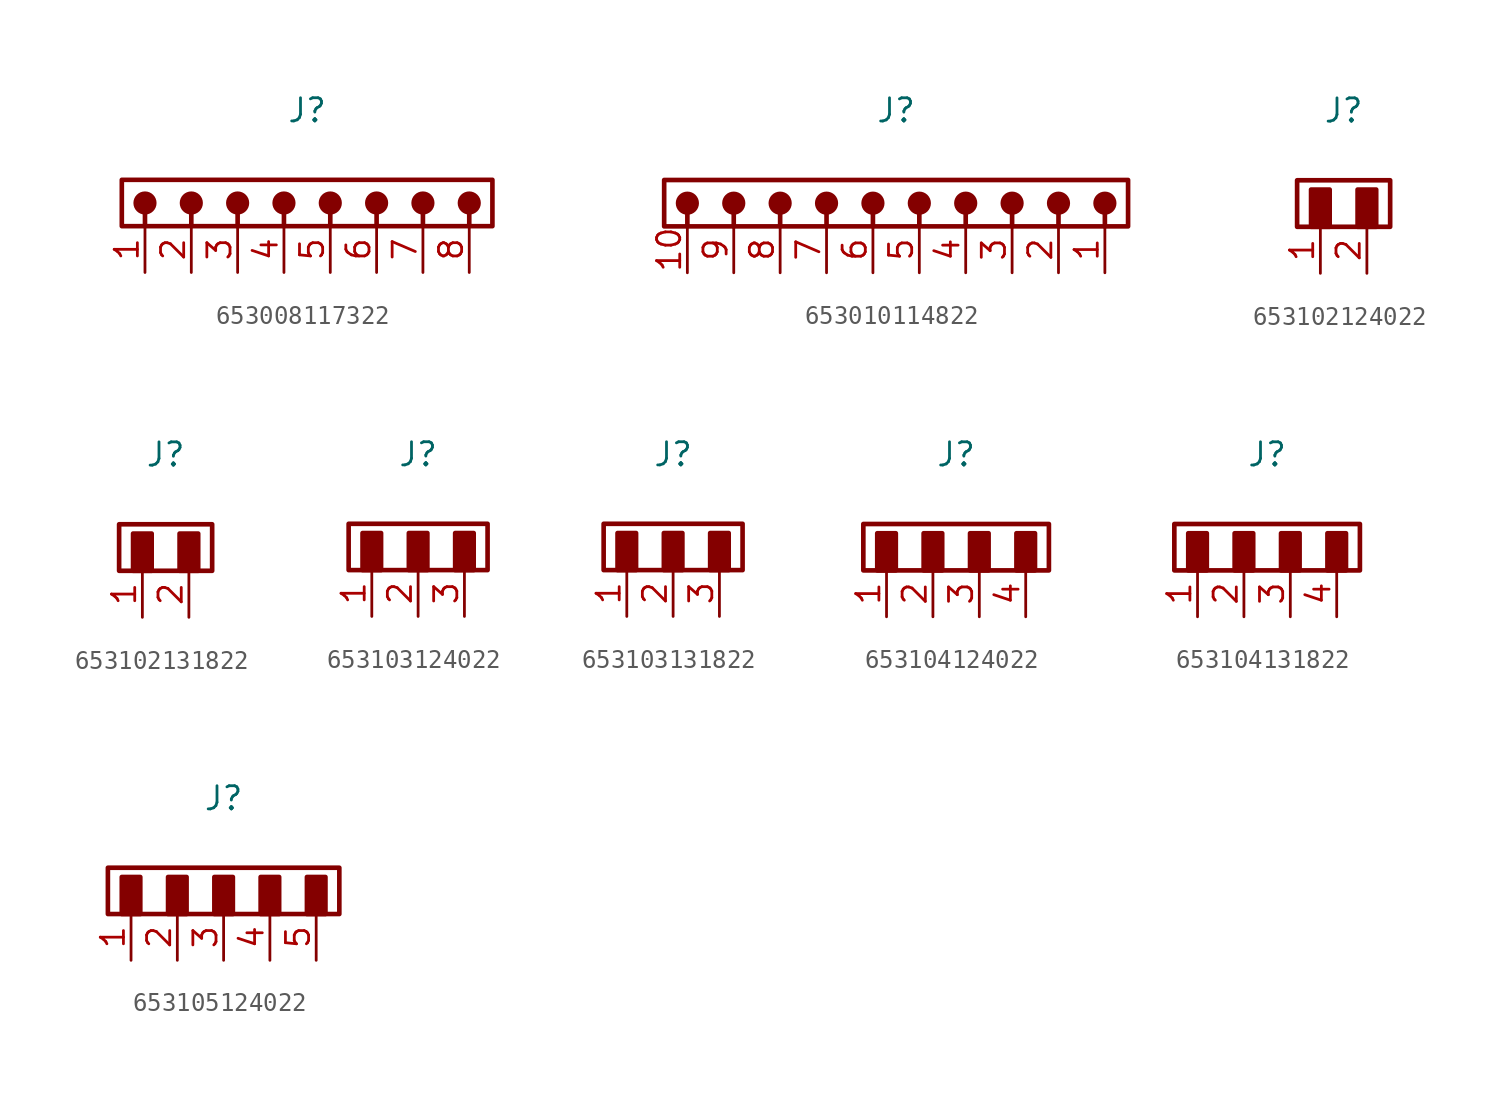
<source format=kicad_sym>
(kicad_symbol_lib
  (version 20241209)
  (generator "kicad_symbol_editor")
  (generator_version "9.0")
  (symbol "653008117322"
    (pin_names
      (hide yes))
    (property "Reference" "J"
      (at 0 5.08 0)
      (effects (font (size 1.27 1.27))))
    (symbol "653008117322_1_1"
      (rectangle (start -10.16 1.27) (end 10.16 -1.27) (stroke (width 0.254) (type solid)) (fill (type none)))
      (circle (center -8.89 0) (radius 0.508) (stroke (width 0.254) (type solid)) (fill (type outline)))
      (polyline (pts (xy -8.89 -0.508) (xy -8.89 -1.27)) (stroke (width 0.254) (type solid)) (fill (type none)))
      (circle (center -6.35 0) (radius 0.508) (stroke (width 0.254) (type solid)) (fill (type outline)))
      (polyline (pts (xy -6.35 -0.508) (xy -6.35 -1.27)) (stroke (width 0.254) (type solid)) (fill (type none)))
      (circle (center -3.81 0) (radius 0.508) (stroke (width 0.254) (type solid)) (fill (type outline)))
      (polyline (pts (xy -3.81 -0.508) (xy -3.81 -1.27)) (stroke (width 0.254) (type solid)) (fill (type none)))
      (circle (center -1.27 0) (radius 0.508) (stroke (width 0.254) (type solid)) (fill (type outline)))
      (polyline (pts (xy -1.27 -0.508) (xy -1.27 -1.27)) (stroke (width 0.254) (type solid)) (fill (type none)))
      (circle (center 1.27 0) (radius 0.508) (stroke (width 0.254) (type solid)) (fill (type outline)))
      (polyline (pts (xy 1.27 -0.508) (xy 1.27 -1.27)) (stroke (width 0.254) (type solid)) (fill (type none)))
      (circle (center 3.81 0) (radius 0.508) (stroke (width 0.254) (type solid)) (fill (type outline)))
      (polyline (pts (xy 3.81 -0.508) (xy 3.81 -1.27)) (stroke (width 0.254) (type solid)) (fill (type none)))
      (circle (center 6.35 0) (radius 0.508) (stroke (width 0.254) (type solid)) (fill (type outline)))
      (polyline (pts (xy 6.35 -0.508) (xy 6.35 -1.27)) (stroke (width 0.254) (type solid)) (fill (type none)))
      (circle (center 8.89 0) (radius 0.508) (stroke (width 0.254) (type solid)) (fill (type outline)))
      (polyline (pts (xy 8.89 -0.508) (xy 8.89 -1.27)) (stroke (width 0.254) (type solid)) (fill (type none)))
      (pin passive line (at -8.89 -3.81 90) (length 2.54) (name "1" (effects (font (size 1.27 1.27)))) (number "1" (effects (font (size 1.27 1.27)))))
      (pin passive line (at -6.35 -3.81 90) (length 2.54) (name "2" (effects (font (size 1.27 1.27)))) (number "2" (effects (font (size 1.27 1.27)))))
      (pin passive line (at -3.81 -3.81 90) (length 2.54) (name "3" (effects (font (size 1.27 1.27)))) (number "3" (effects (font (size 1.27 1.27)))))
      (pin passive line (at -1.27 -3.81 90) (length 2.54) (name "4" (effects (font (size 1.27 1.27)))) (number "4" (effects (font (size 1.27 1.27)))))
      (pin passive line (at 1.27 -3.81 90) (length 2.54) (name "5" (effects (font (size 1.27 1.27)))) (number "5" (effects (font (size 1.27 1.27)))))
      (pin passive line (at 3.81 -3.81 90) (length 2.54) (name "6" (effects (font (size 1.27 1.27)))) (number "6" (effects (font (size 1.27 1.27)))))
      (pin passive line (at 6.35 -3.81 90) (length 2.54) (name "7" (effects (font (size 1.27 1.27)))) (number "7" (effects (font (size 1.27 1.27)))))
      (pin passive line (at 8.89 -3.81 90) (length 2.54) (name "8" (effects (font (size 1.27 1.27)))) (number "8" (effects (font (size 1.27 1.27)))))))
  (symbol "653010114822"
    (pin_names
      (hide yes))
    (property "Reference" "J"
      (at 0 5.08 0)
      (effects (font (size 1.27 1.27))))
    (symbol "653010114822_1_1"
      (rectangle (start -12.7 1.27) (end 12.7 -1.27) (stroke (width 0.254) (type solid)) (fill (type none)))
      (circle (center -11.43 0) (radius 0.508) (stroke (width 0.254) (type solid)) (fill (type outline)))
      (polyline (pts (xy -11.43 -0.508) (xy -11.43 -1.27)) (stroke (width 0.254) (type solid)) (fill (type none)))
      (circle (center -8.89 0) (radius 0.508) (stroke (width 0.254) (type solid)) (fill (type outline)))
      (polyline (pts (xy -8.89 -0.508) (xy -8.89 -1.27)) (stroke (width 0.254) (type solid)) (fill (type none)))
      (circle (center -6.35 0) (radius 0.508) (stroke (width 0.254) (type solid)) (fill (type outline)))
      (polyline (pts (xy -6.35 -0.508) (xy -6.35 -1.27)) (stroke (width 0.254) (type solid)) (fill (type none)))
      (circle (center -3.81 0) (radius 0.508) (stroke (width 0.254) (type solid)) (fill (type outline)))
      (polyline (pts (xy -3.81 -0.508) (xy -3.81 -1.27)) (stroke (width 0.254) (type solid)) (fill (type none)))
      (circle (center -1.27 0) (radius 0.508) (stroke (width 0.254) (type solid)) (fill (type outline)))
      (polyline (pts (xy -1.27 -0.508) (xy -1.27 -1.27)) (stroke (width 0.254) (type solid)) (fill (type none)))
      (circle (center 1.27 0) (radius 0.508) (stroke (width 0.254) (type solid)) (fill (type outline)))
      (polyline (pts (xy 1.27 -0.508) (xy 1.27 -1.27)) (stroke (width 0.254) (type solid)) (fill (type none)))
      (circle (center 3.81 0) (radius 0.508) (stroke (width 0.254) (type solid)) (fill (type outline)))
      (polyline (pts (xy 3.81 -0.508) (xy 3.81 -1.27)) (stroke (width 0.254) (type solid)) (fill (type none)))
      (circle (center 6.35 0) (radius 0.508) (stroke (width 0.254) (type solid)) (fill (type outline)))
      (polyline (pts (xy 6.35 -0.508) (xy 6.35 -1.27)) (stroke (width 0.254) (type solid)) (fill (type none)))
      (circle (center 8.89 0) (radius 0.508) (stroke (width 0.254) (type solid)) (fill (type outline)))
      (polyline (pts (xy 8.89 -0.508) (xy 8.89 -1.27)) (stroke (width 0.254) (type solid)) (fill (type none)))
      (circle (center 11.43 0) (radius 0.508) (stroke (width 0.254) (type solid)) (fill (type outline)))
      (polyline (pts (xy 11.43 -0.508) (xy 11.43 -1.27)) (stroke (width 0.254) (type solid)) (fill (type none)))
      (pin passive line (at -11.43 -3.81 90) (length 2.54) (name "10" (effects (font (size 1.27 1.27)))) (number "10" (effects (font (size 1.27 1.27)))))
      (pin passive line (at -8.89 -3.81 90) (length 2.54) (name "9" (effects (font (size 1.27 1.27)))) (number "9" (effects (font (size 1.27 1.27)))))
      (pin passive line (at -6.35 -3.81 90) (length 2.54) (name "8" (effects (font (size 1.27 1.27)))) (number "8" (effects (font (size 1.27 1.27)))))
      (pin passive line (at -3.81 -3.81 90) (length 2.54) (name "7" (effects (font (size 1.27 1.27)))) (number "7" (effects (font (size 1.27 1.27)))))
      (pin passive line (at -1.27 -3.81 90) (length 2.54) (name "6" (effects (font (size 1.27 1.27)))) (number "6" (effects (font (size 1.27 1.27)))))
      (pin passive line (at 1.27 -3.81 90) (length 2.54) (name "5" (effects (font (size 1.27 1.27)))) (number "5" (effects (font (size 1.27 1.27)))))
      (pin passive line (at 3.81 -3.81 90) (length 2.54) (name "4" (effects (font (size 1.27 1.27)))) (number "4" (effects (font (size 1.27 1.27)))))
      (pin passive line (at 6.35 -3.81 90) (length 2.54) (name "3" (effects (font (size 1.27 1.27)))) (number "3" (effects (font (size 1.27 1.27)))))
      (pin passive line (at 8.89 -3.81 90) (length 2.54) (name "2" (effects (font (size 1.27 1.27)))) (number "2" (effects (font (size 1.27 1.27)))))
      (pin passive line (at 11.43 -3.81 90) (length 2.54) (name "1" (effects (font (size 1.27 1.27)))) (number "1" (effects (font (size 1.27 1.27)))))))
  (symbol "653102124022"
    (pin_names
      (hide yes))
    (property "Reference" "J"
      (at 0 5.08 0)
      (effects (font (size 1.27 1.27))))
    (symbol "653102124022_1_1"
      (rectangle (start -2.54 1.27) (end 2.54 -1.27) (stroke (width 0.254) (type solid)) (fill (type none)))
      (rectangle (start -0.762 0.762) (end -1.778 -1.27) (stroke (width 0.254) (type solid)) (fill (type outline)))
      (rectangle (start 1.778 0.762) (end 0.762 -1.27) (stroke (width 0.254) (type solid)) (fill (type outline)))
      (pin passive line (at -1.27 -3.81 90) (length 2.54) (name "1" (effects (font (size 1.27 1.27)))) (number "1" (effects (font (size 1.27 1.27)))))
      (pin passive line (at 1.27 -3.81 90) (length 2.54) (name "2" (effects (font (size 1.27 1.27)))) (number "2" (effects (font (size 1.27 1.27)))))))
  (symbol "653102131822"
    (pin_names
      (hide yes))
    (property "Reference" "J"
      (at 0 5.08 0)
      (effects (font (size 1.27 1.27))))
    (symbol "653102131822_1_1"
      (rectangle (start -2.54 1.27) (end 2.54 -1.27) (stroke (width 0.254) (type solid)) (fill (type none)))
      (rectangle (start -0.762 0.762) (end -1.778 -1.27) (stroke (width 0.254) (type solid)) (fill (type outline)))
      (rectangle (start 1.778 0.762) (end 0.762 -1.27) (stroke (width 0.254) (type solid)) (fill (type outline)))
      (pin passive line (at -1.27 -3.81 90) (length 2.54) (name "1" (effects (font (size 1.27 1.27)))) (number "1" (effects (font (size 1.27 1.27)))))
      (pin passive line (at 1.27 -3.81 90) (length 2.54) (name "2" (effects (font (size 1.27 1.27)))) (number "2" (effects (font (size 1.27 1.27)))))))
  (symbol "653103124022"
    (pin_names
      (hide yes))
    (property "Reference" "J"
      (at 0 5.08 0)
      (effects (font (size 1.27 1.27))))
    (symbol "653103124022_1_1"
      (rectangle (start -3.81 1.27) (end 3.81 -1.27) (stroke (width 0.254) (type solid)) (fill (type none)))
      (rectangle (start -2.032 0.762) (end -3.048 -1.27) (stroke (width 0.254) (type solid)) (fill (type outline)))
      (rectangle (start 0.508 0.762) (end -0.508 -1.27) (stroke (width 0.254) (type solid)) (fill (type outline)))
      (rectangle (start 3.048 0.762) (end 2.032 -1.27) (stroke (width 0.254) (type solid)) (fill (type outline)))
      (pin passive line (at -2.54 -3.81 90) (length 2.54) (name "1" (effects (font (size 1.27 1.27)))) (number "1" (effects (font (size 1.27 1.27)))))
      (pin passive line (at 0 -3.81 90) (length 2.54) (name "2" (effects (font (size 1.27 1.27)))) (number "2" (effects (font (size 1.27 1.27)))))
      (pin passive line (at 2.54 -3.81 90) (length 2.54) (name "3" (effects (font (size 1.27 1.27)))) (number "3" (effects (font (size 1.27 1.27)))))))
  (symbol "653103131822"
    (pin_names
      (hide yes))
    (property "Reference" "J"
      (at 0 5.08 0)
      (effects (font (size 1.27 1.27))))
    (symbol "653103131822_1_1"
      (rectangle (start -3.81 1.27) (end 3.81 -1.27) (stroke (width 0.254) (type solid)) (fill (type none)))
      (rectangle (start -2.032 0.762) (end -3.048 -1.27) (stroke (width 0.254) (type solid)) (fill (type outline)))
      (rectangle (start 0.508 0.762) (end -0.508 -1.27) (stroke (width 0.254) (type solid)) (fill (type outline)))
      (rectangle (start 3.048 0.762) (end 2.032 -1.27) (stroke (width 0.254) (type solid)) (fill (type outline)))
      (pin passive line (at -2.54 -3.81 90) (length 2.54) (name "1" (effects (font (size 1.27 1.27)))) (number "1" (effects (font (size 1.27 1.27)))))
      (pin passive line (at 0 -3.81 90) (length 2.54) (name "2" (effects (font (size 1.27 1.27)))) (number "2" (effects (font (size 1.27 1.27)))))
      (pin passive line (at 2.54 -3.81 90) (length 2.54) (name "3" (effects (font (size 1.27 1.27)))) (number "3" (effects (font (size 1.27 1.27)))))))
  (symbol "653104124022"
    (pin_names
      (hide yes))
    (property "Reference" "J"
      (at 0 5.08 0)
      (effects (font (size 1.27 1.27))))
    (symbol "653104124022_1_1"
      (rectangle (start -5.08 1.27) (end 5.08 -1.27) (stroke (width 0.254) (type solid)) (fill (type none)))
      (rectangle (start -3.302 0.762) (end -4.318 -1.27) (stroke (width 0.254) (type solid)) (fill (type outline)))
      (rectangle (start -0.762 0.762) (end -1.778 -1.27) (stroke (width 0.254) (type solid)) (fill (type outline)))
      (rectangle (start 1.778 0.762) (end 0.762 -1.27) (stroke (width 0.254) (type solid)) (fill (type outline)))
      (rectangle (start 4.318 0.762) (end 3.302 -1.27) (stroke (width 0.254) (type solid)) (fill (type outline)))
      (pin passive line (at -3.81 -3.81 90) (length 2.54) (name "1" (effects (font (size 1.27 1.27)))) (number "1" (effects (font (size 1.27 1.27)))))
      (pin passive line (at -1.27 -3.81 90) (length 2.54) (name "2" (effects (font (size 1.27 1.27)))) (number "2" (effects (font (size 1.27 1.27)))))
      (pin passive line (at 1.27 -3.81 90) (length 2.54) (name "3" (effects (font (size 1.27 1.27)))) (number "3" (effects (font (size 1.27 1.27)))))
      (pin passive line (at 3.81 -3.81 90) (length 2.54) (name "4" (effects (font (size 1.27 1.27)))) (number "4" (effects (font (size 1.27 1.27)))))))
  (symbol "653104131822"
    (pin_names
      (hide yes))
    (property "Reference" "J"
      (at 0 5.08 0)
      (effects (font (size 1.27 1.27))))
    (symbol "653104131822_1_1"
      (rectangle (start -5.08 1.27) (end 5.08 -1.27) (stroke (width 0.254) (type solid)) (fill (type none)))
      (rectangle (start -3.302 0.762) (end -4.318 -1.27) (stroke (width 0.254) (type solid)) (fill (type outline)))
      (rectangle (start -0.762 0.762) (end -1.778 -1.27) (stroke (width 0.254) (type solid)) (fill (type outline)))
      (rectangle (start 1.778 0.762) (end 0.762 -1.27) (stroke (width 0.254) (type solid)) (fill (type outline)))
      (rectangle (start 4.318 0.762) (end 3.302 -1.27) (stroke (width 0.254) (type solid)) (fill (type outline)))
      (pin passive line (at -3.81 -3.81 90) (length 2.54) (name "1" (effects (font (size 1.27 1.27)))) (number "1" (effects (font (size 1.27 1.27)))))
      (pin passive line (at -1.27 -3.81 90) (length 2.54) (name "2" (effects (font (size 1.27 1.27)))) (number "2" (effects (font (size 1.27 1.27)))))
      (pin passive line (at 1.27 -3.81 90) (length 2.54) (name "3" (effects (font (size 1.27 1.27)))) (number "3" (effects (font (size 1.27 1.27)))))
      (pin passive line (at 3.81 -3.81 90) (length 2.54) (name "4" (effects (font (size 1.27 1.27)))) (number "4" (effects (font (size 1.27 1.27)))))))
  (symbol "653105124022"
    (pin_names
      (hide yes))
    (property "Reference" "J"
      (at 0 5.08 0)
      (effects (font (size 1.27 1.27))))
    (symbol "653105124022_1_1"
      (rectangle (start -6.35 1.27) (end 6.35 -1.27) (stroke (width 0.254) (type solid)) (fill (type none)))
      (rectangle (start -4.572 0.762) (end -5.588 -1.27) (stroke (width 0.254) (type solid)) (fill (type outline)))
      (rectangle (start -2.032 0.762) (end -3.048 -1.27) (stroke (width 0.254) (type solid)) (fill (type outline)))
      (rectangle (start 0.508 0.762) (end -0.508 -1.27) (stroke (width 0.254) (type solid)) (fill (type outline)))
      (rectangle (start 3.048 0.762) (end 2.032 -1.27) (stroke (width 0.254) (type solid)) (fill (type outline)))
      (rectangle (start 5.588 0.762) (end 4.572 -1.27) (stroke (width 0.254) (type solid)) (fill (type outline)))
      (pin passive line (at -5.08 -3.81 90) (length 2.54) (name "1" (effects (font (size 1.27 1.27)))) (number "1" (effects (font (size 1.27 1.27)))))
      (pin passive line (at -2.54 -3.81 90) (length 2.54) (name "2" (effects (font (size 1.27 1.27)))) (number "2" (effects (font (size 1.27 1.27)))))
      (pin passive line (at 0 -3.81 90) (length 2.54) (name "3" (effects (font (size 1.27 1.27)))) (number "3" (effects (font (size 1.27 1.27)))))
      (pin passive line (at 2.54 -3.81 90) (length 2.54) (name "4" (effects (font (size 1.27 1.27)))) (number "4" (effects (font (size 1.27 1.27)))))
      (pin passive line (at 5.08 -3.81 90) (length 2.54) (name "5" (effects (font (size 1.27 1.27)))) (number "5" (effects (font (size 1.27 1.27))))))))
</source>
